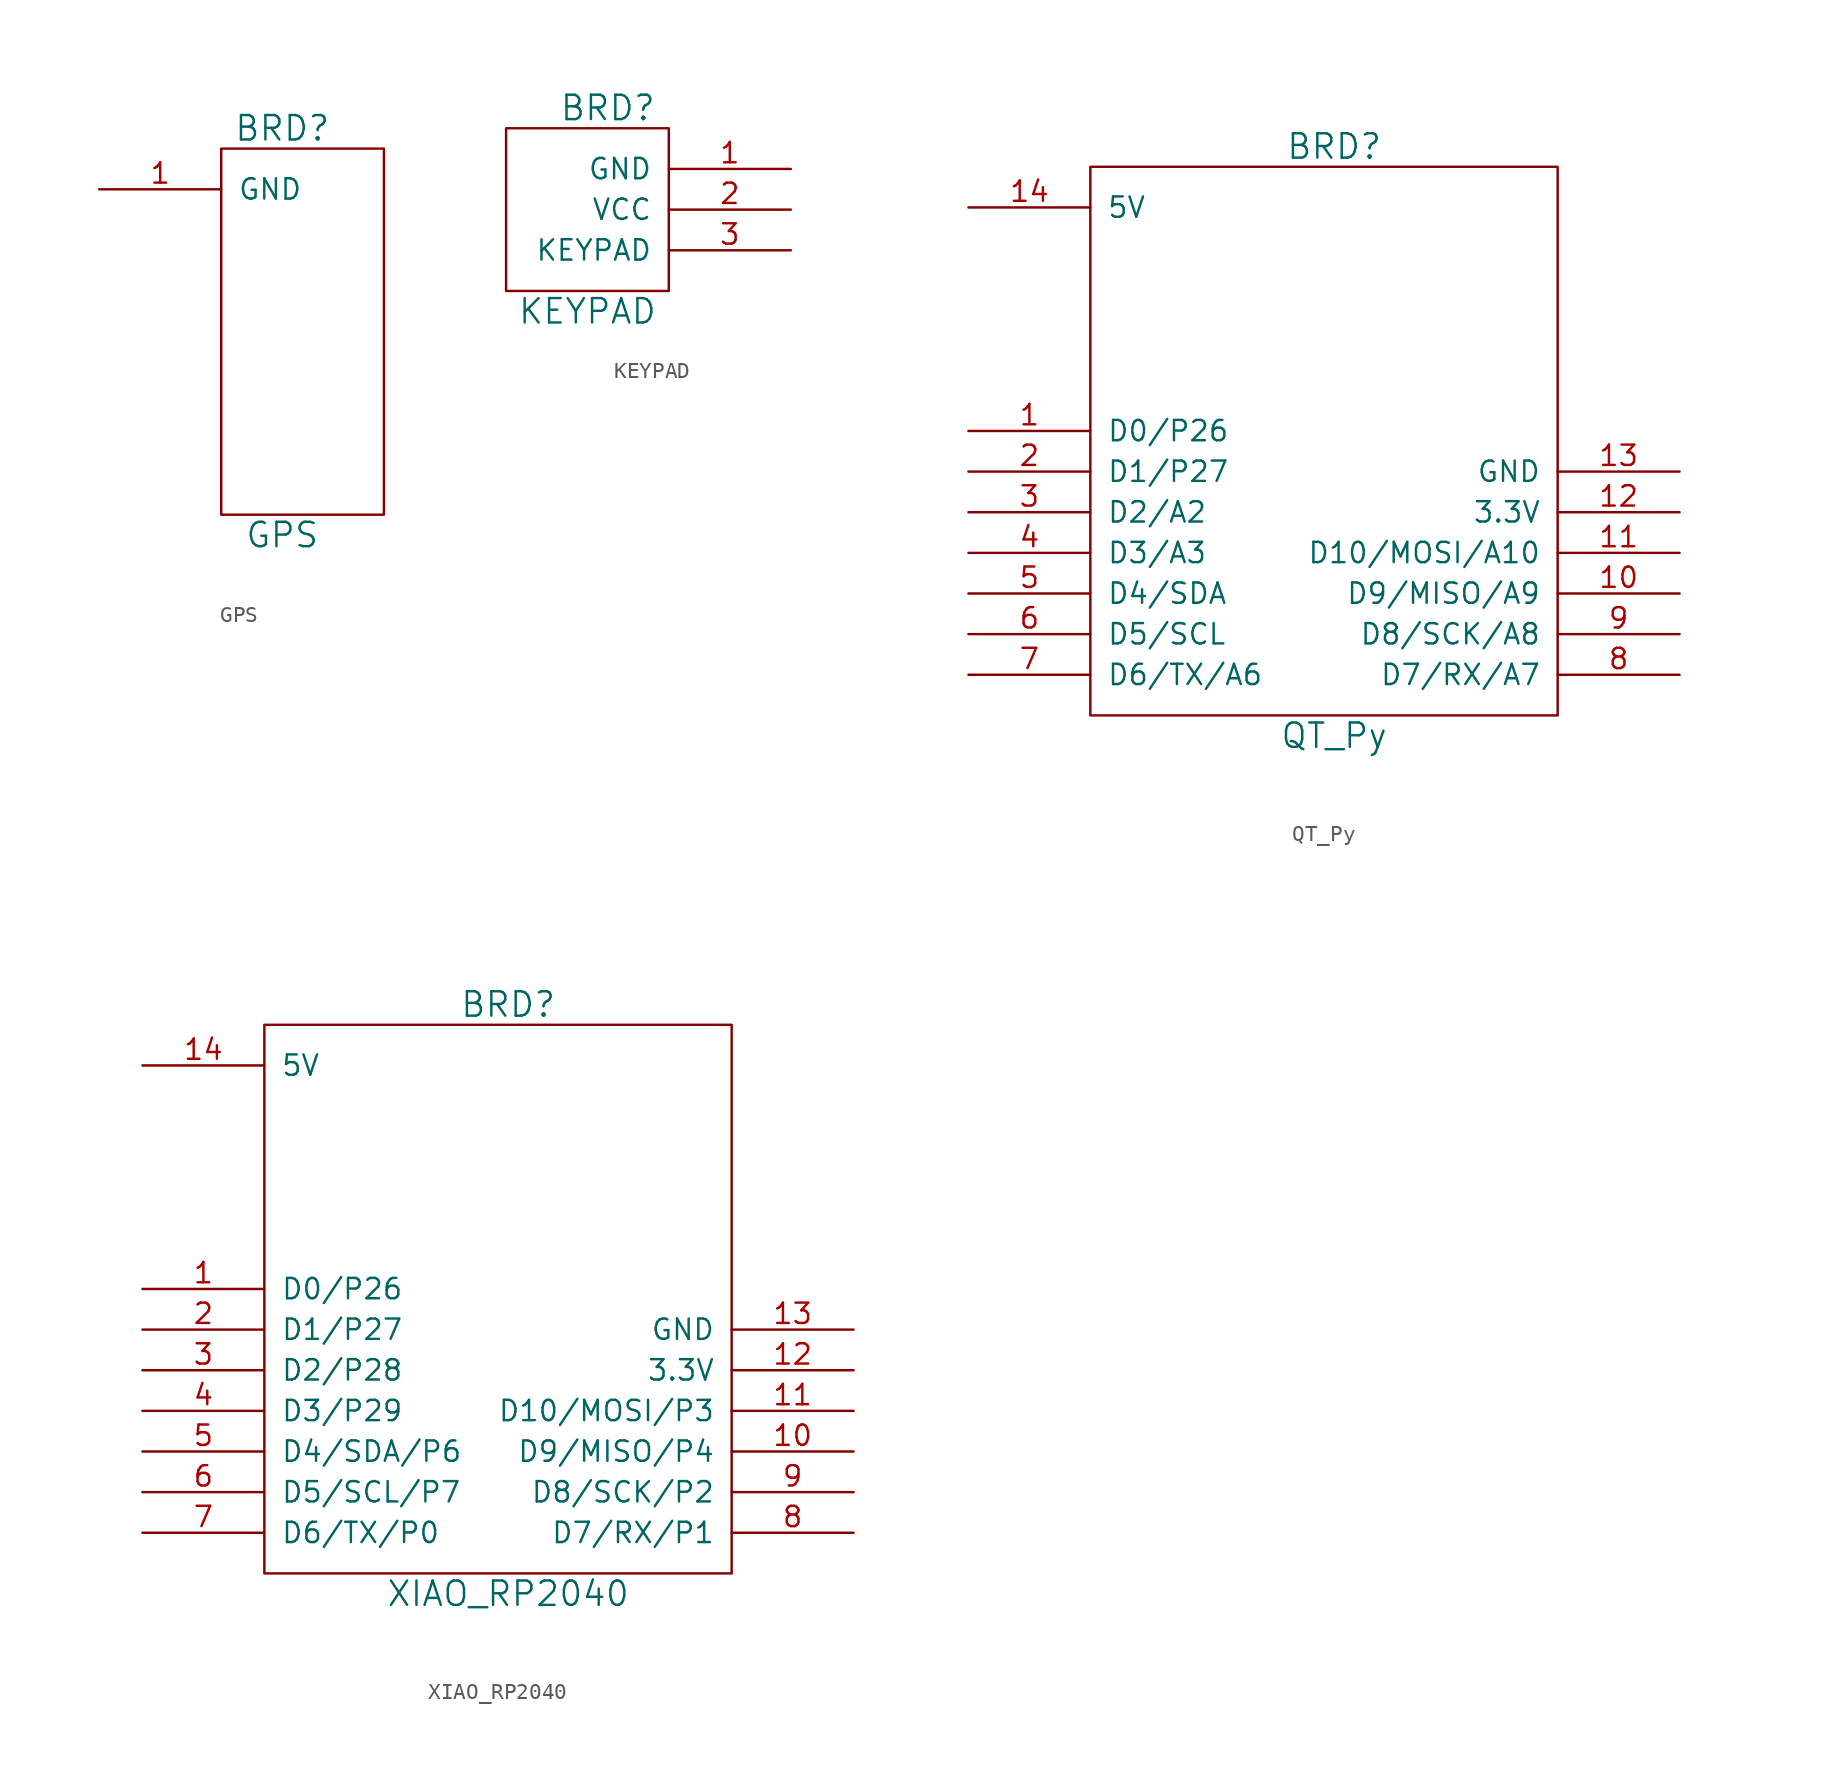
<source format=kicad_sym>
(kicad_symbol_lib
  (version 20220914)
  (generator kicad_symbol_editor)
  (symbol "GPS"
    (pin_names
      (offset 1.016))
    (property "Reference" "BRD"
      (at 0 24.13 0)
      (effects (font (size 1.524 1.524))))
    (property "Value" "GPS"
      (at 0 -1.27 0)
      (effects (font (size 1.524 1.524))))
    (property "Footprint" ""
      (at 0 0 0)
      (effects (font (size 1.524 1.524))))
    (property "Datasheet" ""
      (at 0 0 0)
      (effects (font (size 1.524 1.524))))
    (symbol "GPS_0_0"
      (rectangle (start 6.35 0) (end -3.81 22.86) (stroke (width 0) (type default)) (fill (type none))))
    (symbol "GPS_1_1"
      (pin power_in line (at -11.43 20.32 0) (length 7.62) (name "GND" (effects (font (size 1.27 1.27)))) (number "1" (effects (font (size 1.27 1.27)))))))
  (symbol "KEYPAD"
    (pin_names
      (offset 1.016))
    (property "Reference" "BRD"
      (at 1.27 11.43 0)
      (effects (font (size 1.524 1.524))))
    (property "Value" "KEYPAD"
      (at 0 -1.27 0)
      (effects (font (size 1.524 1.524))))
    (property "Footprint" ""
      (at 0 0 0)
      (effects (font (size 1.524 1.524))))
    (property "Datasheet" ""
      (at 0 0 0)
      (effects (font (size 1.524 1.524))))
    (symbol "KEYPAD_0_0"
      (rectangle (start -5.08 0) (end 5.08 10.16) (stroke (width 0) (type default)) (fill (type none))))
    (symbol "KEYPAD_1_1"
      (pin power_in line (at 12.7 7.62 180) (length 7.62) (name "GND" (effects (font (size 1.27 1.27)))) (number "1" (effects (font (size 1.27 1.27)))))
      (pin power_in line (at 12.7 5.08 180) (length 7.62) (name "VCC" (effects (font (size 1.27 1.27)))) (number "2" (effects (font (size 1.27 1.27)))))
      (pin output line (at 12.7 2.54 180) (length 7.62) (name "KEYPAD" (effects (font (size 1.27 1.27)))) (number "3" (effects (font (size 1.27 1.27)))))))
  (symbol "QT_Py"
    (pin_names
      (offset 1.016))
    (property "Reference" "BRD"
      (at 0 25.4 0)
      (effects (font (size 1.524 1.524))))
    (property "Value" "QT_Py"
      (at 0 -11.43 0)
      (effects (font (size 1.524 1.524))))
    (property "Footprint" ""
      (at 3.81 0 0)
      (effects (font (size 1.524 1.524))))
    (property "Datasheet" ""
      (at 3.81 0 0)
      (effects (font (size 1.524 1.524))))
    (symbol "QT_Py_0_0"
      (rectangle (start -15.24 24.13) (end 13.97 -10.16) (stroke (width 0) (type default)) (fill (type none))))
    (symbol "QT_Py_1_1"
      (pin bidirectional line (at -22.86 7.62 0) (length 7.62) (name "D0/P26" (effects (font (size 1.27 1.27)))) (number "1" (effects (font (size 1.27 1.27)))))
      (pin bidirectional line (at 21.59 -2.54 180) (length 7.62) (name "D9/MISO/A9" (effects (font (size 1.27 1.27)))) (number "10" (effects (font (size 1.27 1.27)))))
      (pin bidirectional line (at 21.59 0 180) (length 7.62) (name "D10/MOSI/A10" (effects (font (size 1.27 1.27)))) (number "11" (effects (font (size 1.27 1.27)))))
      (pin power_out line (at 21.59 2.54 180) (length 7.62) (name "3.3V" (effects (font (size 1.27 1.27)))) (number "12" (effects (font (size 1.27 1.27)))))
      (pin power_in line (at 21.59 5.08 180) (length 7.62) (name "GND" (effects (font (size 1.27 1.27)))) (number "13" (effects (font (size 1.27 1.27)))))
      (pin power_in line (at -22.86 21.59 0) (length 7.62) (name "5V" (effects (font (size 1.27 1.27)))) (number "14" (effects (font (size 1.27 1.27)))))
      (pin bidirectional line (at -22.86 5.08 0) (length 7.62) (name "D1/P27" (effects (font (size 1.27 1.27)))) (number "2" (effects (font (size 1.27 1.27)))))
      (pin bidirectional line (at -22.86 2.54 0) (length 7.62) (name "D2/A2" (effects (font (size 1.27 1.27)))) (number "3" (effects (font (size 1.27 1.27)))))
      (pin bidirectional line (at -22.86 0 0) (length 7.62) (name "D3/A3" (effects (font (size 1.27 1.27)))) (number "4" (effects (font (size 1.27 1.27)))))
      (pin bidirectional line (at -22.86 -2.54 0) (length 7.62) (name "D4/SDA" (effects (font (size 1.27 1.27)))) (number "5" (effects (font (size 1.27 1.27)))))
      (pin bidirectional line (at -22.86 -5.08 0) (length 7.62) (name "D5/SCL" (effects (font (size 1.27 1.27)))) (number "6" (effects (font (size 1.27 1.27)))))
      (pin bidirectional line (at -22.86 -7.62 0) (length 7.62) (name "D6/TX/A6" (effects (font (size 1.27 1.27)))) (number "7" (effects (font (size 1.27 1.27)))))
      (pin bidirectional line (at 21.59 -7.62 180) (length 7.62) (name "D7/RX/A7" (effects (font (size 1.27 1.27)))) (number "8" (effects (font (size 1.27 1.27)))))
      (pin bidirectional line (at 21.59 -5.08 180) (length 7.62) (name "D8/SCK/A8" (effects (font (size 1.27 1.27)))) (number "9" (effects (font (size 1.27 1.27)))))))
  (symbol "XIAO_RP2040"
    (pin_names
      (offset 1.016))
    (property "Reference" "BRD"
      (at 0 25.4 0)
      (effects (font (size 1.524 1.524))))
    (property "Value" "XIAO_RP2040"
      (at 0 -11.43 0)
      (effects (font (size 1.524 1.524))))
    (property "Footprint" ""
      (at 3.81 0 0)
      (effects (font (size 1.524 1.524))))
    (property "Datasheet" ""
      (at 3.81 0 0)
      (effects (font (size 1.524 1.524))))
    (symbol "XIAO_RP2040_0_0"
      (rectangle (start -15.24 24.13) (end 13.97 -10.16) (stroke (width 0) (type default)) (fill (type none))))
    (symbol "XIAO_RP2040_1_1"
      (pin bidirectional line (at -22.86 7.62 0) (length 7.62) (name "D0/P26" (effects (font (size 1.27 1.27)))) (number "1" (effects (font (size 1.27 1.27)))))
      (pin bidirectional line (at 21.59 -2.54 180) (length 7.62) (name "D9/MISO/P4" (effects (font (size 1.27 1.27)))) (number "10" (effects (font (size 1.27 1.27)))))
      (pin bidirectional line (at 21.59 0 180) (length 7.62) (name "D10/MOSI/P3" (effects (font (size 1.27 1.27)))) (number "11" (effects (font (size 1.27 1.27)))))
      (pin power_out line (at 21.59 2.54 180) (length 7.62) (name "3.3V" (effects (font (size 1.27 1.27)))) (number "12" (effects (font (size 1.27 1.27)))))
      (pin power_in line (at 21.59 5.08 180) (length 7.62) (name "GND" (effects (font (size 1.27 1.27)))) (number "13" (effects (font (size 1.27 1.27)))))
      (pin power_in line (at -22.86 21.59 0) (length 7.62) (name "5V" (effects (font (size 1.27 1.27)))) (number "14" (effects (font (size 1.27 1.27)))))
      (pin bidirectional line (at -22.86 5.08 0) (length 7.62) (name "D1/P27" (effects (font (size 1.27 1.27)))) (number "2" (effects (font (size 1.27 1.27)))))
      (pin bidirectional line (at -22.86 2.54 0) (length 7.62) (name "D2/P28" (effects (font (size 1.27 1.27)))) (number "3" (effects (font (size 1.27 1.27)))))
      (pin bidirectional line (at -22.86 0 0) (length 7.62) (name "D3/P29" (effects (font (size 1.27 1.27)))) (number "4" (effects (font (size 1.27 1.27)))))
      (pin bidirectional line (at -22.86 -2.54 0) (length 7.62) (name "D4/SDA/P6" (effects (font (size 1.27 1.27)))) (number "5" (effects (font (size 1.27 1.27)))))
      (pin bidirectional line (at -22.86 -5.08 0) (length 7.62) (name "D5/SCL/P7" (effects (font (size 1.27 1.27)))) (number "6" (effects (font (size 1.27 1.27)))))
      (pin bidirectional line (at -22.86 -7.62 0) (length 7.62) (name "D6/TX/P0" (effects (font (size 1.27 1.27)))) (number "7" (effects (font (size 1.27 1.27)))))
      (pin bidirectional line (at 21.59 -7.62 180) (length 7.62) (name "D7/RX/P1" (effects (font (size 1.27 1.27)))) (number "8" (effects (font (size 1.27 1.27)))))
      (pin bidirectional line (at 21.59 -5.08 180) (length 7.62) (name "D8/SCK/P2" (effects (font (size 1.27 1.27)))) (number "9" (effects (font (size 1.27 1.27))))))))
</source>
